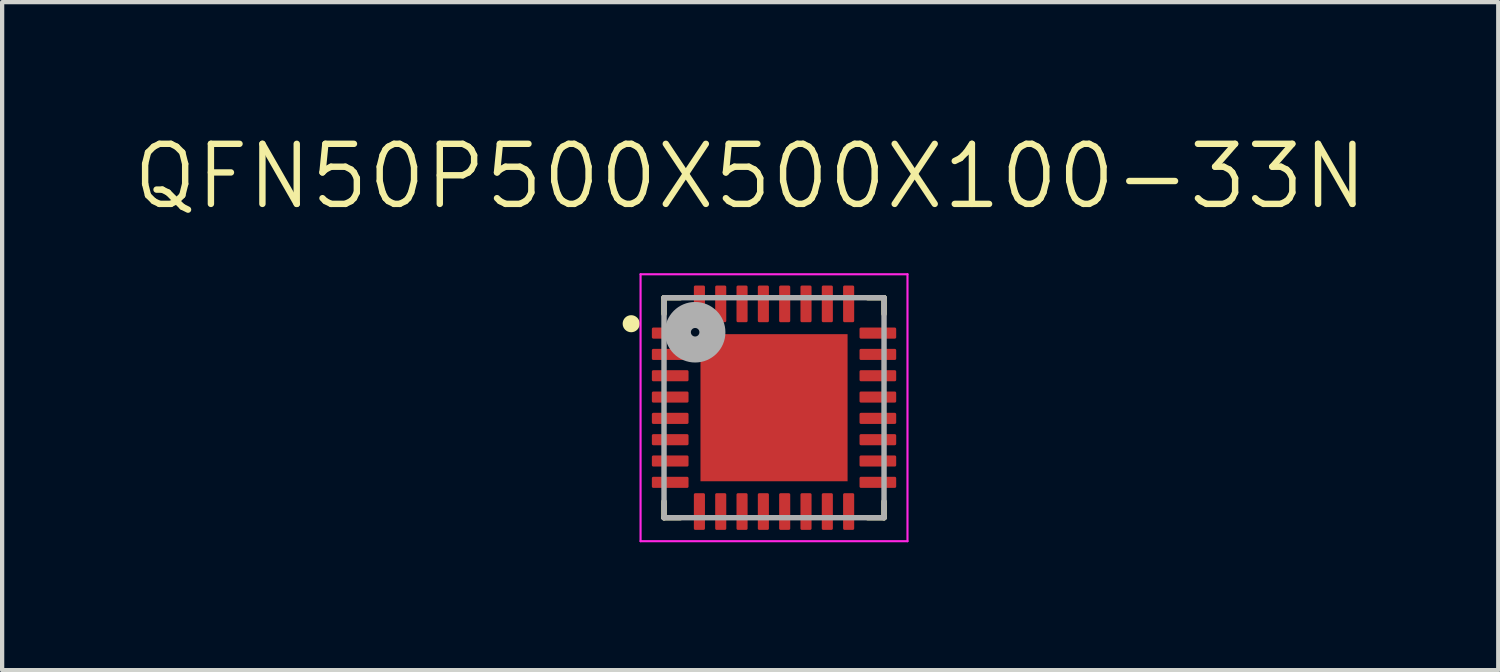
<source format=kicad_pcb>
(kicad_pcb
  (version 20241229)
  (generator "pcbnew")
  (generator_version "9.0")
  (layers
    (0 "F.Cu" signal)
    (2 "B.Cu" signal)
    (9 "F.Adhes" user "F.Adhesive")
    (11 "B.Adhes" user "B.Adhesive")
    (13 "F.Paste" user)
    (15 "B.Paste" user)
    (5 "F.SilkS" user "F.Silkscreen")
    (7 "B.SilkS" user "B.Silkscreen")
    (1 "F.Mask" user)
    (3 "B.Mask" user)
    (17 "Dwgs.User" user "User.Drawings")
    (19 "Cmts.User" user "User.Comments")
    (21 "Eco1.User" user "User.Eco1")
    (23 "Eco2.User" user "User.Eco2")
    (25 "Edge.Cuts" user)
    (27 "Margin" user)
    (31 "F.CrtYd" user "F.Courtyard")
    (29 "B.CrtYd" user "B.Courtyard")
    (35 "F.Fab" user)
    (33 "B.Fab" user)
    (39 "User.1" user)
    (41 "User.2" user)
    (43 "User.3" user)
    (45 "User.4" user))
  (footprint "QFN50P500X500X100-33N"
    (layer "F.Cu")
    (at 15.103 6.512)
    (property "Reference" "QFN50P500X500X100-33N" (at -0.559 -5.424 0) (layer "F.SilkS") (effects (font (size 1.409 1.409) (thickness 0.15))))
    (attr smd)
    (fp_line (start -2.58 -2.58) (end -2.58 -2.2) (stroke (width 0.127) (type solid)) (layer "F.SilkS"))
    (fp_line (start -2.58 2.2) (end -2.58 2.58) (stroke (width 0.127) (type solid)) (layer "F.SilkS"))
    (fp_line (start -2.58 2.58) (end -2.2 2.58) (stroke (width 0.127) (type solid)) (layer "F.SilkS"))
    (fp_line (start -2.2 -2.58) (end -2.58 -2.58) (stroke (width 0.127) (type solid)) (layer "F.SilkS"))
    (fp_line (start 2.2 -2.58) (end 2.58 -2.58) (stroke (width 0.127) (type solid)) (layer "F.SilkS"))
    (fp_line (start 2.58 -2.58) (end 2.58 -2.2) (stroke (width 0.127) (type solid)) (layer "F.SilkS"))
    (fp_line (start 2.58 2.2) (end 2.58 2.58) (stroke (width 0.127) (type solid)) (layer "F.SilkS"))
    (fp_line (start 2.58 2.58) (end 2.2 2.58) (stroke (width 0.127) (type solid)) (layer "F.SilkS"))
    (fp_circle (center -3.35 -1.97) (end -3.25 -1.97) (stroke (width 0.2) (type solid)) (fill no) (layer "F.SilkS"))
    (fp_poly (pts (xy -1.105 -1.1) (xy 1.1 -1.1) (xy 1.1 1.105) (xy -1.105 1.105)) (stroke (width 0.01) (type solid)) (fill yes) (layer "F.Paste"))
    (fp_line (start -3.13 -3.13) (end 3.13 -3.13) (stroke (width 0.05) (type solid)) (layer "F.CrtYd"))
    (fp_line (start -3.13 3.13) (end -3.13 -3.13) (stroke (width 0.05) (type solid)) (layer "F.CrtYd"))
    (fp_line (start 3.13 -3.13) (end 3.13 3.13) (stroke (width 0.05) (type solid)) (layer "F.CrtYd"))
    (fp_line (start 3.13 3.13) (end -3.13 3.13) (stroke (width 0.05) (type solid)) (layer "F.CrtYd"))
    (fp_line (start -2.58 -2.58) (end 2.58 -2.58) (stroke (width 0.127) (type solid)) (layer "F.Fab"))
    (fp_line (start -2.58 2.58) (end -2.58 -2.58) (stroke (width 0.127) (type solid)) (layer "F.Fab"))
    (fp_line (start 2.58 -2.58) (end 2.58 2.58) (stroke (width 0.127) (type solid)) (layer "F.Fab"))
    (fp_line (start 2.58 2.58) (end -2.58 2.58) (stroke (width 0.127) (type solid)) (layer "F.Fab"))
    (fp_circle (center -1.85 -1.77) (end -1.75 -1.77) (stroke (width 0.61) (type solid)) (fill no) (layer "F.Fab"))
    (pad "1" smd roundrect (at -2.435 -1.75) (size 0.86 0.26) (layers "F.Cu" "F.Mask" "F.Paste") (roundrect_rratio 0.125))
    (pad "2" smd roundrect (at -2.435 -1.25) (size 0.86 0.26) (layers "F.Cu" "F.Mask" "F.Paste") (roundrect_rratio 0.125))
    (pad "3" smd roundrect (at -2.435 -0.75) (size 0.86 0.26) (layers "F.Cu" "F.Mask" "F.Paste") (roundrect_rratio 0.125))
    (pad "4" smd roundrect (at -2.435 -0.25) (size 0.86 0.26) (layers "F.Cu" "F.Mask" "F.Paste") (roundrect_rratio 0.125))
    (pad "5" smd roundrect (at -2.435 0.25) (size 0.86 0.26) (layers "F.Cu" "F.Mask" "F.Paste") (roundrect_rratio 0.125))
    (pad "6" smd roundrect (at -2.435 0.75) (size 0.86 0.26) (layers "F.Cu" "F.Mask" "F.Paste") (roundrect_rratio 0.125))
    (pad "7" smd roundrect (at -2.435 1.25) (size 0.86 0.26) (layers "F.Cu" "F.Mask" "F.Paste") (roundrect_rratio 0.125))
    (pad "8" smd roundrect (at -2.435 1.75) (size 0.86 0.26) (layers "F.Cu" "F.Mask" "F.Paste") (roundrect_rratio 0.125))
    (pad "9" smd roundrect (at -1.75 2.435) (size 0.26 0.86) (layers "F.Cu" "F.Mask" "F.Paste") (roundrect_rratio 0.125))
    (pad "10" smd roundrect (at -1.25 2.435) (size 0.26 0.86) (layers "F.Cu" "F.Mask" "F.Paste") (roundrect_rratio 0.125))
    (pad "11" smd roundrect (at -0.75 2.435) (size 0.26 0.86) (layers "F.Cu" "F.Mask" "F.Paste") (roundrect_rratio 0.125))
    (pad "12" smd roundrect (at -0.25 2.435) (size 0.26 0.86) (layers "F.Cu" "F.Mask" "F.Paste") (roundrect_rratio 0.125))
    (pad "13" smd roundrect (at 0.25 2.435) (size 0.26 0.86) (layers "F.Cu" "F.Mask" "F.Paste") (roundrect_rratio 0.125))
    (pad "14" smd roundrect (at 0.75 2.435) (size 0.26 0.86) (layers "F.Cu" "F.Mask" "F.Paste") (roundrect_rratio 0.125))
    (pad "15" smd roundrect (at 1.25 2.435) (size 0.26 0.86) (layers "F.Cu" "F.Mask" "F.Paste") (roundrect_rratio 0.125))
    (pad "16" smd roundrect (at 1.75 2.435) (size 0.26 0.86) (layers "F.Cu" "F.Mask" "F.Paste") (roundrect_rratio 0.125))
    (pad "17" smd roundrect (at 2.435 1.75) (size 0.86 0.26) (layers "F.Cu" "F.Mask" "F.Paste") (roundrect_rratio 0.125))
    (pad "18" smd roundrect (at 2.435 1.25) (size 0.86 0.26) (layers "F.Cu" "F.Mask" "F.Paste") (roundrect_rratio 0.125))
    (pad "19" smd roundrect (at 2.435 0.75) (size 0.86 0.26) (layers "F.Cu" "F.Mask" "F.Paste") (roundrect_rratio 0.125))
    (pad "20" smd roundrect (at 2.435 0.25) (size 0.86 0.26) (layers "F.Cu" "F.Mask" "F.Paste") (roundrect_rratio 0.125))
    (pad "21" smd roundrect (at 2.435 -0.25) (size 0.86 0.26) (layers "F.Cu" "F.Mask" "F.Paste") (roundrect_rratio 0.125))
    (pad "22" smd roundrect (at 2.435 -0.75) (size 0.86 0.26) (layers "F.Cu" "F.Mask" "F.Paste") (roundrect_rratio 0.125))
    (pad "23" smd roundrect (at 2.435 -1.25) (size 0.86 0.26) (layers "F.Cu" "F.Mask" "F.Paste") (roundrect_rratio 0.125))
    (pad "24" smd roundrect (at 2.435 -1.75) (size 0.86 0.26) (layers "F.Cu" "F.Mask" "F.Paste") (roundrect_rratio 0.125))
    (pad "25" smd roundrect (at 1.75 -2.435) (size 0.26 0.86) (layers "F.Cu" "F.Mask" "F.Paste") (roundrect_rratio 0.125))
    (pad "26" smd roundrect (at 1.25 -2.435) (size 0.26 0.86) (layers "F.Cu" "F.Mask" "F.Paste") (roundrect_rratio 0.125))
    (pad "27" smd roundrect (at 0.75 -2.435) (size 0.26 0.86) (layers "F.Cu" "F.Mask" "F.Paste") (roundrect_rratio 0.125))
    (pad "28" smd roundrect (at 0.25 -2.435) (size 0.26 0.86) (layers "F.Cu" "F.Mask" "F.Paste") (roundrect_rratio 0.125))
    (pad "29" smd roundrect (at -0.25 -2.435) (size 0.26 0.86) (layers "F.Cu" "F.Mask" "F.Paste") (roundrect_rratio 0.125))
    (pad "30" smd roundrect (at -0.75 -2.435) (size 0.26 0.86) (layers "F.Cu" "F.Mask" "F.Paste") (roundrect_rratio 0.125))
    (pad "31" smd roundrect (at -1.25 -2.435) (size 0.26 0.86) (layers "F.Cu" "F.Mask" "F.Paste") (roundrect_rratio 0.125))
    (pad "32" smd roundrect (at -1.75 -2.435) (size 0.26 0.86) (layers "F.Cu" "F.Mask" "F.Paste") (roundrect_rratio 0.125))
    (pad "33" smd rect (at 0 0) (size 3.45 3.45) (layers "F.Cu" "F.Mask")))
  (gr_rect
    (start -3 -3)
    (end 32.088 12.667)
    (stroke (width 0.1) (type default))
    (fill no)
    (layer "Edge.Cuts")))
</source>
